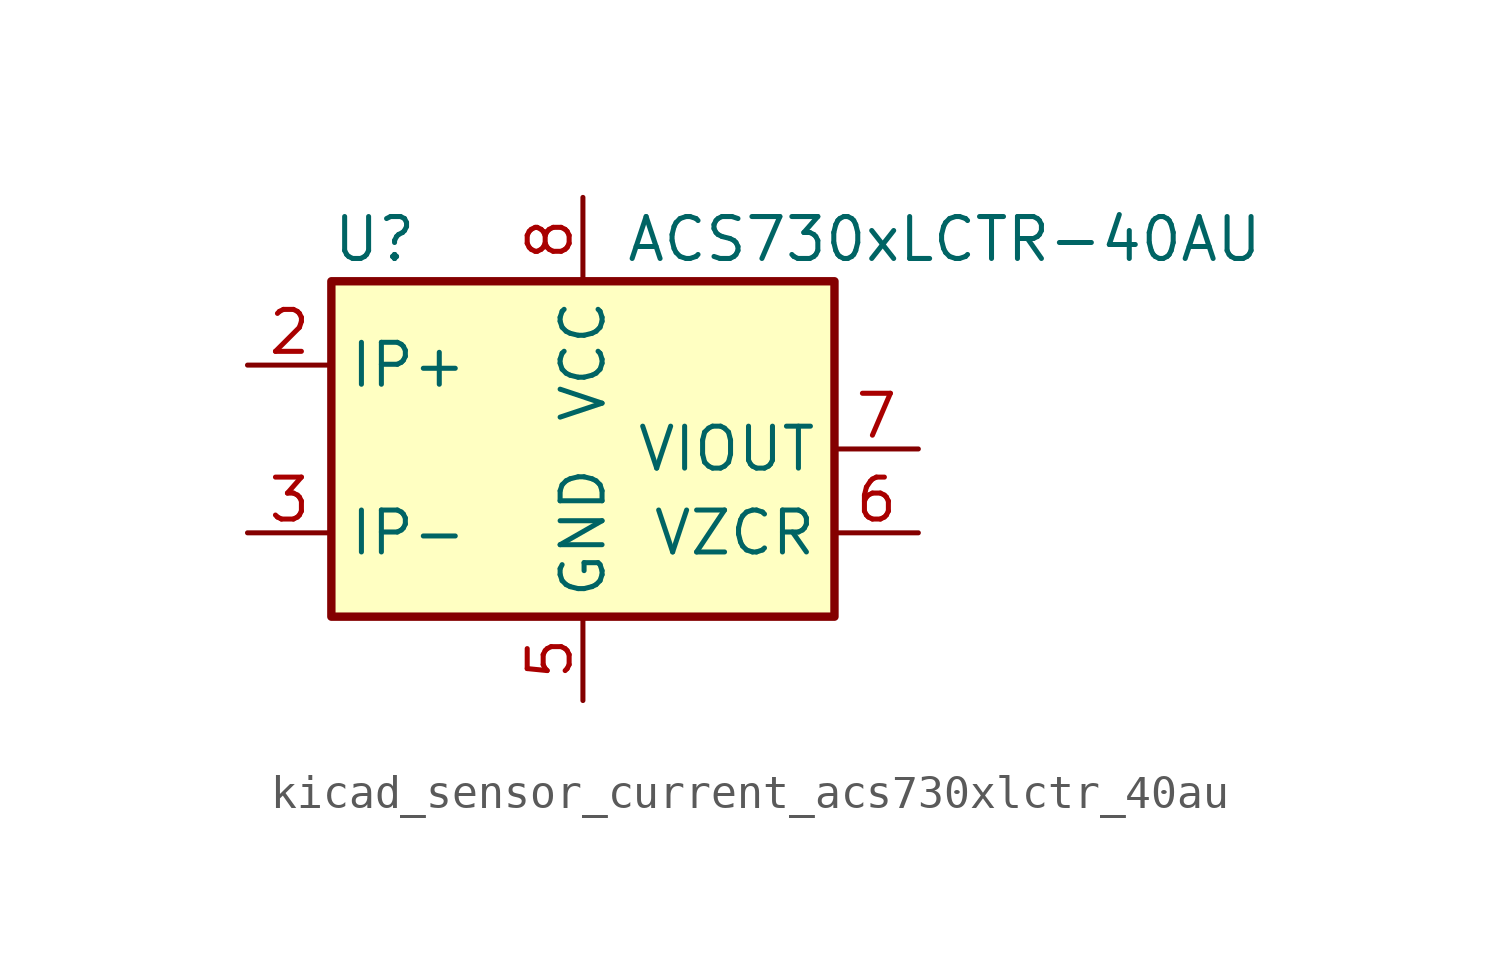
<source format=kicad_sym>
(kicad_symbol_lib
  (version 20220914)
  (generator kicad_symbol_editor)
  (symbol "kicad_sensor_current_acs730xlctr_40au"
    (property "Reference" "U"
      (at -7.62 6.35 0)
      (effects (font (size 1.27 1.27)) (justify left)))
    (property "Value" "ACS730xLCTR-40AU"
      (at 1.27 6.35 0)
      (effects (font (size 1.27 1.27)) (justify left)))
    (symbol "kicad_sensor_current_acs730xlctr_40au_0_1"
      (rectangle (start -7.62 5.08) (end 7.62 -5.08) (stroke (width 0.254) (type default)) (fill (type background))))
    (symbol "kicad_sensor_current_acs730xlctr_40au_1_1"
      (pin passive line (at -10.16 2.54 0) (length 2.54) hide (name "IP+" (effects (font (size 1.27 1.27)))) (number "1" (effects (font (size 1.27 1.27)))))
      (pin passive line (at -10.16 2.54 0) (length 2.54) (name "IP+" (effects (font (size 1.27 1.27)))) (number "2" (effects (font (size 1.27 1.27)))))
      (pin passive line (at -10.16 -2.54 0) (length 2.54) (name "IP-" (effects (font (size 1.27 1.27)))) (number "3" (effects (font (size 1.27 1.27)))))
      (pin passive line (at -10.16 -2.54 0) (length 2.54) hide (name "IP-" (effects (font (size 1.27 1.27)))) (number "4" (effects (font (size 1.27 1.27)))))
      (pin power_in line (at 0 -7.62 90) (length 2.54) (name "GND" (effects (font (size 1.27 1.27)))) (number "5" (effects (font (size 1.27 1.27)))))
      (pin passive line (at 10.16 -2.54 180) (length 2.54) (name "VZCR" (effects (font (size 1.27 1.27)))) (number "6" (effects (font (size 1.27 1.27)))))
      (pin output line (at 10.16 0 180) (length 2.54) (name "VIOUT" (effects (font (size 1.27 1.27)))) (number "7" (effects (font (size 1.27 1.27)))))
      (pin power_in line (at 0 7.62 270) (length 2.54) (name "VCC" (effects (font (size 1.27 1.27)))) (number "8" (effects (font (size 1.27 1.27))))))))
</source>
